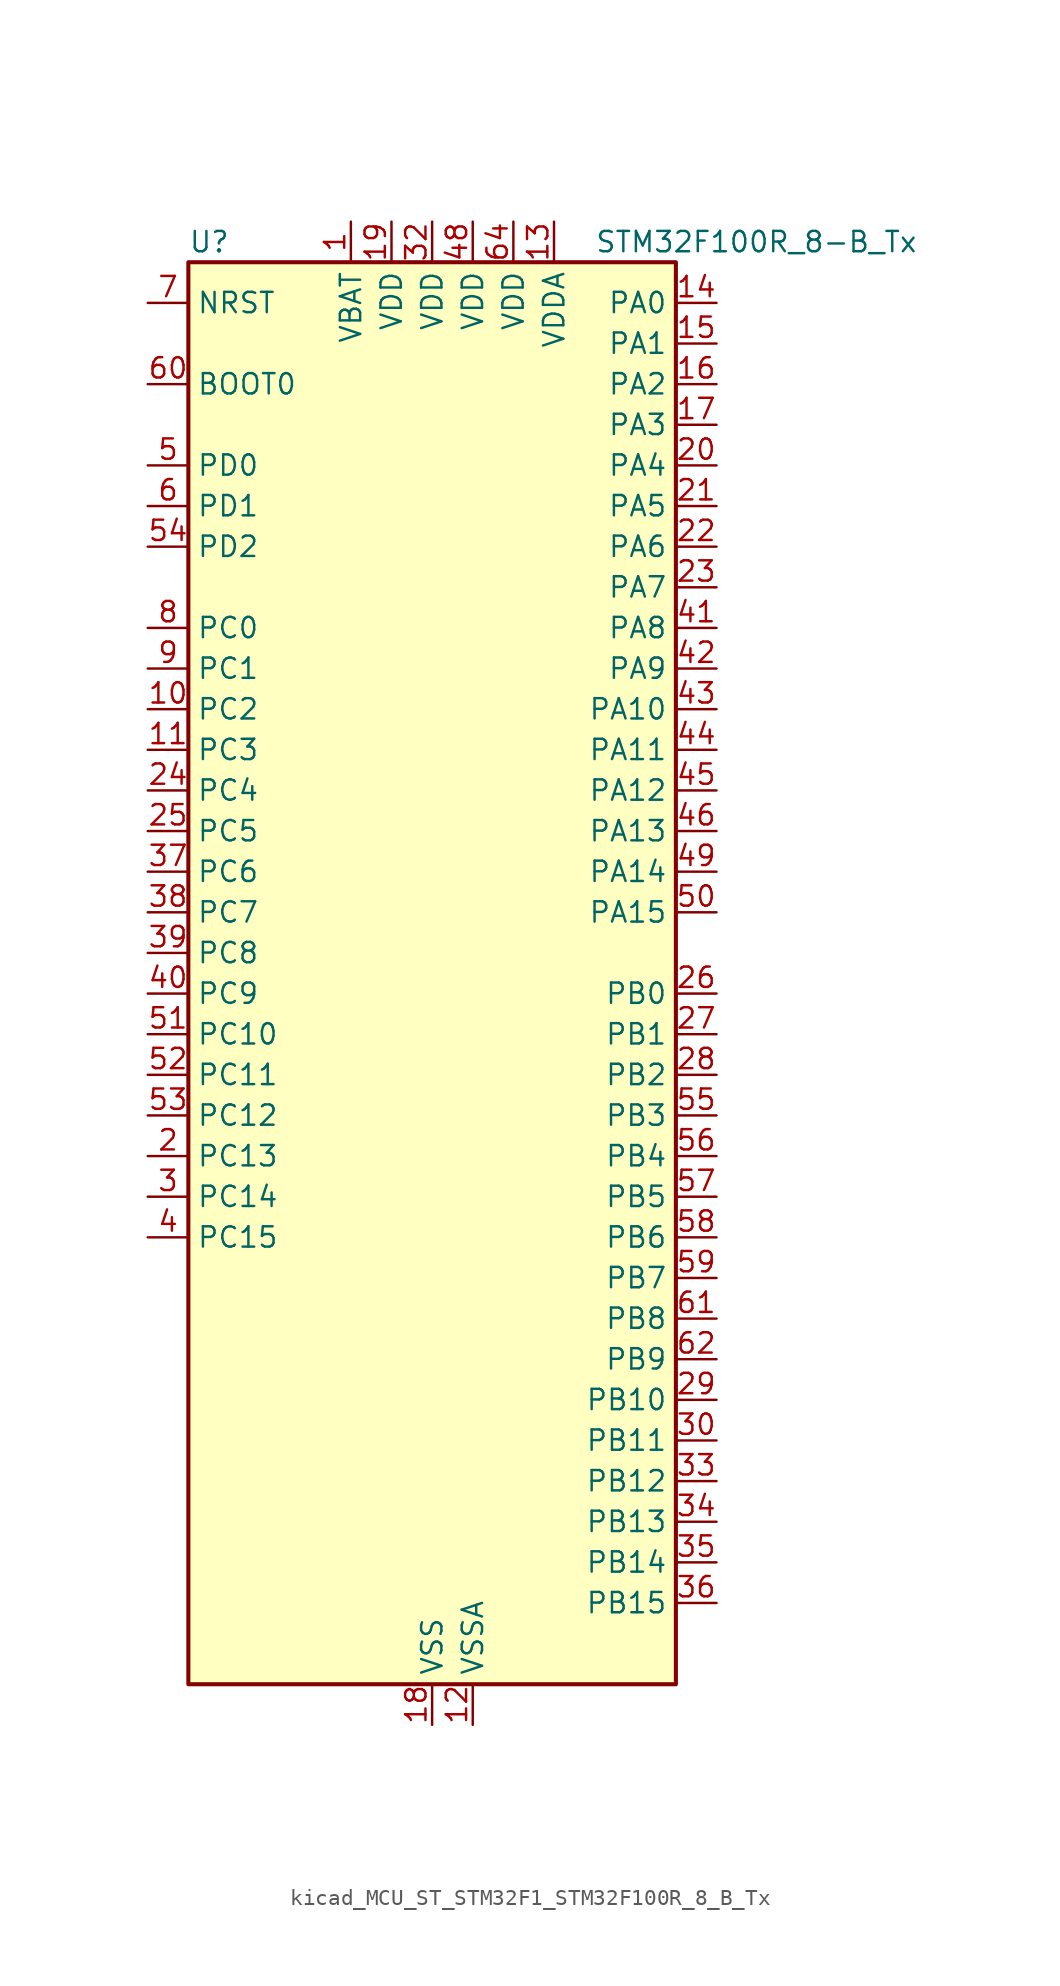
<source format=kicad_sym>
(kicad_symbol_lib
  (version 20220914)
  (generator kicad_symbol_editor)
  (symbol "kicad_MCU_ST_STM32F1_STM32F100R_8_B_Tx"
    (property "Reference" "U"
      (at -15.24 46.99 0)
      (effects (font (size 1.27 1.27)) (justify left)))
    (property "Value" "STM32F100R_8-B_Tx"
      (at 10.16 46.99 0)
      (effects (font (size 1.27 1.27)) (justify left)))
    (property "ki_locked" ""
      (at 0 0 0)
      (effects (font (size 1.27 1.27))))
    (symbol "kicad_MCU_ST_STM32F1_STM32F100R_8_B_Tx_0_1"
      (rectangle (start -15.24 -43.18) (end 15.24 45.72) (stroke (width 0.254) (type default)) (fill (type background))))
    (symbol "kicad_MCU_ST_STM32F1_STM32F100R_8_B_Tx_1_1"
      (pin power_in line (at -5.08 48.26 270) (length 2.54) (name "VBAT" (effects (font (size 1.27 1.27)))) (number "1" (effects (font (size 1.27 1.27)))))
      (pin bidirectional line (at -17.78 17.78 0) (length 2.54) (name "PC2" (effects (font (size 1.27 1.27)))) (number "10" (effects (font (size 1.27 1.27)))) (alternate "ADC1_IN12" bidirectional line))
      (pin bidirectional line (at -17.78 15.24 0) (length 2.54) (name "PC3" (effects (font (size 1.27 1.27)))) (number "11" (effects (font (size 1.27 1.27)))) (alternate "ADC1_IN13" bidirectional line))
      (pin power_in line (at 2.54 -45.72 90) (length 2.54) (name "VSSA" (effects (font (size 1.27 1.27)))) (number "12" (effects (font (size 1.27 1.27)))))
      (pin power_in line (at 7.62 48.26 270) (length 2.54) (name "VDDA" (effects (font (size 1.27 1.27)))) (number "13" (effects (font (size 1.27 1.27)))))
      (pin bidirectional line (at 17.78 43.18 180) (length 2.54) (name "PA0" (effects (font (size 1.27 1.27)))) (number "14" (effects (font (size 1.27 1.27)))) (alternate "ADC1_IN0" bidirectional line) (alternate "SYS_WKUP" bidirectional line) (alternate "TIM2_CH1" bidirectional line) (alternate "TIM2_ETR" bidirectional line) (alternate "USART2_CTS" bidirectional line))
      (pin bidirectional line (at 17.78 40.64 180) (length 2.54) (name "PA1" (effects (font (size 1.27 1.27)))) (number "15" (effects (font (size 1.27 1.27)))) (alternate "ADC1_IN1" bidirectional line) (alternate "TIM2_CH2" bidirectional line) (alternate "USART2_RTS" bidirectional line))
      (pin bidirectional line (at 17.78 38.1 180) (length 2.54) (name "PA2" (effects (font (size 1.27 1.27)))) (number "16" (effects (font (size 1.27 1.27)))) (alternate "ADC1_IN2" bidirectional line) (alternate "TIM15_CH1" bidirectional line) (alternate "TIM2_CH3" bidirectional line) (alternate "USART2_TX" bidirectional line))
      (pin bidirectional line (at 17.78 35.56 180) (length 2.54) (name "PA3" (effects (font (size 1.27 1.27)))) (number "17" (effects (font (size 1.27 1.27)))) (alternate "ADC1_IN3" bidirectional line) (alternate "TIM15_CH2" bidirectional line) (alternate "TIM2_CH4" bidirectional line) (alternate "USART2_RX" bidirectional line))
      (pin power_in line (at 0 -45.72 90) (length 2.54) (name "VSS" (effects (font (size 1.27 1.27)))) (number "18" (effects (font (size 1.27 1.27)))))
      (pin power_in line (at -2.54 48.26 270) (length 2.54) (name "VDD" (effects (font (size 1.27 1.27)))) (number "19" (effects (font (size 1.27 1.27)))))
      (pin bidirectional line (at -17.78 -10.16 0) (length 2.54) (name "PC13" (effects (font (size 1.27 1.27)))) (number "2" (effects (font (size 1.27 1.27)))) (alternate "RTC_OUT" bidirectional line) (alternate "RTC_TAMPER" bidirectional line))
      (pin bidirectional line (at 17.78 33.02 180) (length 2.54) (name "PA4" (effects (font (size 1.27 1.27)))) (number "20" (effects (font (size 1.27 1.27)))) (alternate "ADC1_IN4" bidirectional line) (alternate "DAC_OUT1" bidirectional line) (alternate "SPI1_NSS" bidirectional line) (alternate "USART2_CK" bidirectional line))
      (pin bidirectional line (at 17.78 30.48 180) (length 2.54) (name "PA5" (effects (font (size 1.27 1.27)))) (number "21" (effects (font (size 1.27 1.27)))) (alternate "ADC1_IN5" bidirectional line) (alternate "DAC_OUT2" bidirectional line) (alternate "SPI1_SCK" bidirectional line))
      (pin bidirectional line (at 17.78 27.94 180) (length 2.54) (name "PA6" (effects (font (size 1.27 1.27)))) (number "22" (effects (font (size 1.27 1.27)))) (alternate "ADC1_IN6" bidirectional line) (alternate "SPI1_MISO" bidirectional line) (alternate "TIM16_CH1" bidirectional line) (alternate "TIM1_BKIN" bidirectional line) (alternate "TIM3_CH1" bidirectional line))
      (pin bidirectional line (at 17.78 25.4 180) (length 2.54) (name "PA7" (effects (font (size 1.27 1.27)))) (number "23" (effects (font (size 1.27 1.27)))) (alternate "ADC1_IN7" bidirectional line) (alternate "SPI1_MOSI" bidirectional line) (alternate "TIM17_CH1" bidirectional line) (alternate "TIM1_CH1N" bidirectional line) (alternate "TIM3_CH2" bidirectional line))
      (pin bidirectional line (at -17.78 12.7 0) (length 2.54) (name "PC4" (effects (font (size 1.27 1.27)))) (number "24" (effects (font (size 1.27 1.27)))) (alternate "ADC1_IN14" bidirectional line))
      (pin bidirectional line (at -17.78 10.16 0) (length 2.54) (name "PC5" (effects (font (size 1.27 1.27)))) (number "25" (effects (font (size 1.27 1.27)))) (alternate "ADC1_IN15" bidirectional line))
      (pin bidirectional line (at 17.78 0 180) (length 2.54) (name "PB0" (effects (font (size 1.27 1.27)))) (number "26" (effects (font (size 1.27 1.27)))) (alternate "ADC1_IN8" bidirectional line) (alternate "TIM1_CH2N" bidirectional line) (alternate "TIM3_CH3" bidirectional line))
      (pin bidirectional line (at 17.78 -2.54 180) (length 2.54) (name "PB1" (effects (font (size 1.27 1.27)))) (number "27" (effects (font (size 1.27 1.27)))) (alternate "ADC1_IN9" bidirectional line) (alternate "TIM1_CH3N" bidirectional line) (alternate "TIM3_CH4" bidirectional line))
      (pin bidirectional line (at 17.78 -5.08 180) (length 2.54) (name "PB2" (effects (font (size 1.27 1.27)))) (number "28" (effects (font (size 1.27 1.27)))))
      (pin bidirectional line (at 17.78 -25.4 180) (length 2.54) (name "PB10" (effects (font (size 1.27 1.27)))) (number "29" (effects (font (size 1.27 1.27)))) (alternate "CEC" bidirectional line) (alternate "I2C2_SCL" bidirectional line) (alternate "TIM2_CH3" bidirectional line) (alternate "USART3_TX" bidirectional line))
      (pin bidirectional line (at -17.78 -12.7 0) (length 2.54) (name "PC14" (effects (font (size 1.27 1.27)))) (number "3" (effects (font (size 1.27 1.27)))) (alternate "RCC_OSC32_IN" bidirectional line))
      (pin bidirectional line (at 17.78 -27.94 180) (length 2.54) (name "PB11" (effects (font (size 1.27 1.27)))) (number "30" (effects (font (size 1.27 1.27)))) (alternate "ADC1_EXTI11" bidirectional line) (alternate "I2C2_SDA" bidirectional line) (alternate "TIM2_CH4" bidirectional line) (alternate "USART3_RX" bidirectional line))
      (pin passive line (at 0 -45.72 90) (length 2.54) hide (name "VSS" (effects (font (size 1.27 1.27)))) (number "31" (effects (font (size 1.27 1.27)))))
      (pin power_in line (at 0 48.26 270) (length 2.54) (name "VDD" (effects (font (size 1.27 1.27)))) (number "32" (effects (font (size 1.27 1.27)))))
      (pin bidirectional line (at 17.78 -30.48 180) (length 2.54) (name "PB12" (effects (font (size 1.27 1.27)))) (number "33" (effects (font (size 1.27 1.27)))) (alternate "I2C2_SMBA" bidirectional line) (alternate "SPI2_NSS" bidirectional line) (alternate "TIM1_BKIN" bidirectional line) (alternate "USART3_CK" bidirectional line))
      (pin bidirectional line (at 17.78 -33.02 180) (length 2.54) (name "PB13" (effects (font (size 1.27 1.27)))) (number "34" (effects (font (size 1.27 1.27)))) (alternate "SPI2_SCK" bidirectional line) (alternate "TIM1_CH1N" bidirectional line) (alternate "USART3_CTS" bidirectional line))
      (pin bidirectional line (at 17.78 -35.56 180) (length 2.54) (name "PB14" (effects (font (size 1.27 1.27)))) (number "35" (effects (font (size 1.27 1.27)))) (alternate "SPI2_MISO" bidirectional line) (alternate "TIM15_CH1" bidirectional line) (alternate "TIM1_CH2N" bidirectional line) (alternate "USART3_RTS" bidirectional line))
      (pin bidirectional line (at 17.78 -38.1 180) (length 2.54) (name "PB15" (effects (font (size 1.27 1.27)))) (number "36" (effects (font (size 1.27 1.27)))) (alternate "ADC1_EXTI15" bidirectional line) (alternate "SPI2_MOSI" bidirectional line) (alternate "TIM15_CH1N" bidirectional line) (alternate "TIM15_CH2" bidirectional line) (alternate "TIM1_CH3N" bidirectional line))
      (pin bidirectional line (at -17.78 7.62 0) (length 2.54) (name "PC6" (effects (font (size 1.27 1.27)))) (number "37" (effects (font (size 1.27 1.27)))) (alternate "TIM3_CH1" bidirectional line))
      (pin bidirectional line (at -17.78 5.08 0) (length 2.54) (name "PC7" (effects (font (size 1.27 1.27)))) (number "38" (effects (font (size 1.27 1.27)))) (alternate "TIM3_CH2" bidirectional line))
      (pin bidirectional line (at -17.78 2.54 0) (length 2.54) (name "PC8" (effects (font (size 1.27 1.27)))) (number "39" (effects (font (size 1.27 1.27)))) (alternate "TIM3_CH3" bidirectional line))
      (pin bidirectional line (at -17.78 -15.24 0) (length 2.54) (name "PC15" (effects (font (size 1.27 1.27)))) (number "4" (effects (font (size 1.27 1.27)))) (alternate "ADC1_EXTI15" bidirectional line) (alternate "RCC_OSC32_OUT" bidirectional line))
      (pin bidirectional line (at -17.78 0 0) (length 2.54) (name "PC9" (effects (font (size 1.27 1.27)))) (number "40" (effects (font (size 1.27 1.27)))) (alternate "DAC_EXTI9" bidirectional line) (alternate "TIM3_CH4" bidirectional line))
      (pin bidirectional line (at 17.78 22.86 180) (length 2.54) (name "PA8" (effects (font (size 1.27 1.27)))) (number "41" (effects (font (size 1.27 1.27)))) (alternate "RCC_MCO" bidirectional line) (alternate "TIM1_CH1" bidirectional line) (alternate "USART1_CK" bidirectional line))
      (pin bidirectional line (at 17.78 20.32 180) (length 2.54) (name "PA9" (effects (font (size 1.27 1.27)))) (number "42" (effects (font (size 1.27 1.27)))) (alternate "DAC_EXTI9" bidirectional line) (alternate "TIM15_BKIN" bidirectional line) (alternate "TIM1_CH2" bidirectional line) (alternate "USART1_TX" bidirectional line))
      (pin bidirectional line (at 17.78 17.78 180) (length 2.54) (name "PA10" (effects (font (size 1.27 1.27)))) (number "43" (effects (font (size 1.27 1.27)))) (alternate "TIM17_BKIN" bidirectional line) (alternate "TIM1_CH3" bidirectional line) (alternate "USART1_RX" bidirectional line))
      (pin bidirectional line (at 17.78 15.24 180) (length 2.54) (name "PA11" (effects (font (size 1.27 1.27)))) (number "44" (effects (font (size 1.27 1.27)))) (alternate "ADC1_EXTI11" bidirectional line) (alternate "TIM1_CH4" bidirectional line) (alternate "USART1_CTS" bidirectional line))
      (pin bidirectional line (at 17.78 12.7 180) (length 2.54) (name "PA12" (effects (font (size 1.27 1.27)))) (number "45" (effects (font (size 1.27 1.27)))) (alternate "TIM1_ETR" bidirectional line) (alternate "USART1_RTS" bidirectional line))
      (pin bidirectional line (at 17.78 10.16 180) (length 2.54) (name "PA13" (effects (font (size 1.27 1.27)))) (number "46" (effects (font (size 1.27 1.27)))) (alternate "SYS_JTMS-SWDIO" bidirectional line))
      (pin passive line (at 0 -45.72 90) (length 2.54) hide (name "VSS" (effects (font (size 1.27 1.27)))) (number "47" (effects (font (size 1.27 1.27)))))
      (pin power_in line (at 2.54 48.26 270) (length 2.54) (name "VDD" (effects (font (size 1.27 1.27)))) (number "48" (effects (font (size 1.27 1.27)))))
      (pin bidirectional line (at 17.78 7.62 180) (length 2.54) (name "PA14" (effects (font (size 1.27 1.27)))) (number "49" (effects (font (size 1.27 1.27)))) (alternate "SYS_JTCK-SWCLK" bidirectional line))
      (pin bidirectional line (at -17.78 33.02 0) (length 2.54) (name "PD0" (effects (font (size 1.27 1.27)))) (number "5" (effects (font (size 1.27 1.27)))) (alternate "RCC_OSC_IN" bidirectional line))
      (pin bidirectional line (at 17.78 5.08 180) (length 2.54) (name "PA15" (effects (font (size 1.27 1.27)))) (number "50" (effects (font (size 1.27 1.27)))) (alternate "ADC1_EXTI15" bidirectional line) (alternate "SPI1_NSS" bidirectional line) (alternate "SYS_JTDI" bidirectional line) (alternate "TIM2_CH1" bidirectional line) (alternate "TIM2_ETR" bidirectional line))
      (pin bidirectional line (at -17.78 -2.54 0) (length 2.54) (name "PC10" (effects (font (size 1.27 1.27)))) (number "51" (effects (font (size 1.27 1.27)))) (alternate "USART3_TX" bidirectional line))
      (pin bidirectional line (at -17.78 -5.08 0) (length 2.54) (name "PC11" (effects (font (size 1.27 1.27)))) (number "52" (effects (font (size 1.27 1.27)))) (alternate "ADC1_EXTI11" bidirectional line) (alternate "USART3_RX" bidirectional line))
      (pin bidirectional line (at -17.78 -7.62 0) (length 2.54) (name "PC12" (effects (font (size 1.27 1.27)))) (number "53" (effects (font (size 1.27 1.27)))) (alternate "USART3_CK" bidirectional line))
      (pin bidirectional line (at -17.78 27.94 0) (length 2.54) (name "PD2" (effects (font (size 1.27 1.27)))) (number "54" (effects (font (size 1.27 1.27)))) (alternate "TIM3_ETR" bidirectional line))
      (pin bidirectional line (at 17.78 -7.62 180) (length 2.54) (name "PB3" (effects (font (size 1.27 1.27)))) (number "55" (effects (font (size 1.27 1.27)))) (alternate "SPI1_SCK" bidirectional line) (alternate "SYS_JTDO-TRACESWO" bidirectional line) (alternate "TIM2_CH2" bidirectional line))
      (pin bidirectional line (at 17.78 -10.16 180) (length 2.54) (name "PB4" (effects (font (size 1.27 1.27)))) (number "56" (effects (font (size 1.27 1.27)))) (alternate "SPI1_MISO" bidirectional line) (alternate "SYS_NJTRST" bidirectional line) (alternate "TIM3_CH1" bidirectional line))
      (pin bidirectional line (at 17.78 -12.7 180) (length 2.54) (name "PB5" (effects (font (size 1.27 1.27)))) (number "57" (effects (font (size 1.27 1.27)))) (alternate "I2C1_SMBA" bidirectional line) (alternate "SPI1_MOSI" bidirectional line) (alternate "TIM16_BKIN" bidirectional line) (alternate "TIM3_CH2" bidirectional line))
      (pin bidirectional line (at 17.78 -15.24 180) (length 2.54) (name "PB6" (effects (font (size 1.27 1.27)))) (number "58" (effects (font (size 1.27 1.27)))) (alternate "I2C1_SCL" bidirectional line) (alternate "TIM16_CH1N" bidirectional line) (alternate "TIM4_CH1" bidirectional line) (alternate "USART1_TX" bidirectional line))
      (pin bidirectional line (at 17.78 -17.78 180) (length 2.54) (name "PB7" (effects (font (size 1.27 1.27)))) (number "59" (effects (font (size 1.27 1.27)))) (alternate "I2C1_SDA" bidirectional line) (alternate "TIM17_CH1N" bidirectional line) (alternate "TIM4_CH2" bidirectional line) (alternate "USART1_RX" bidirectional line))
      (pin bidirectional line (at -17.78 30.48 0) (length 2.54) (name "PD1" (effects (font (size 1.27 1.27)))) (number "6" (effects (font (size 1.27 1.27)))) (alternate "RCC_OSC_OUT" bidirectional line))
      (pin input line (at -17.78 38.1 0) (length 2.54) (name "BOOT0" (effects (font (size 1.27 1.27)))) (number "60" (effects (font (size 1.27 1.27)))))
      (pin bidirectional line (at 17.78 -20.32 180) (length 2.54) (name "PB8" (effects (font (size 1.27 1.27)))) (number "61" (effects (font (size 1.27 1.27)))) (alternate "CEC" bidirectional line) (alternate "I2C1_SCL" bidirectional line) (alternate "TIM16_CH1" bidirectional line) (alternate "TIM4_CH3" bidirectional line))
      (pin bidirectional line (at 17.78 -22.86 180) (length 2.54) (name "PB9" (effects (font (size 1.27 1.27)))) (number "62" (effects (font (size 1.27 1.27)))) (alternate "DAC_EXTI9" bidirectional line) (alternate "I2C1_SDA" bidirectional line) (alternate "TIM17_CH1" bidirectional line) (alternate "TIM4_CH4" bidirectional line))
      (pin passive line (at 0 -45.72 90) (length 2.54) hide (name "VSS" (effects (font (size 1.27 1.27)))) (number "63" (effects (font (size 1.27 1.27)))))
      (pin power_in line (at 5.08 48.26 270) (length 2.54) (name "VDD" (effects (font (size 1.27 1.27)))) (number "64" (effects (font (size 1.27 1.27)))))
      (pin input line (at -17.78 43.18 0) (length 2.54) (name "NRST" (effects (font (size 1.27 1.27)))) (number "7" (effects (font (size 1.27 1.27)))))
      (pin bidirectional line (at -17.78 22.86 0) (length 2.54) (name "PC0" (effects (font (size 1.27 1.27)))) (number "8" (effects (font (size 1.27 1.27)))) (alternate "ADC1_IN10" bidirectional line))
      (pin bidirectional line (at -17.78 20.32 0) (length 2.54) (name "PC1" (effects (font (size 1.27 1.27)))) (number "9" (effects (font (size 1.27 1.27)))) (alternate "ADC1_IN11" bidirectional line)))))
</source>
